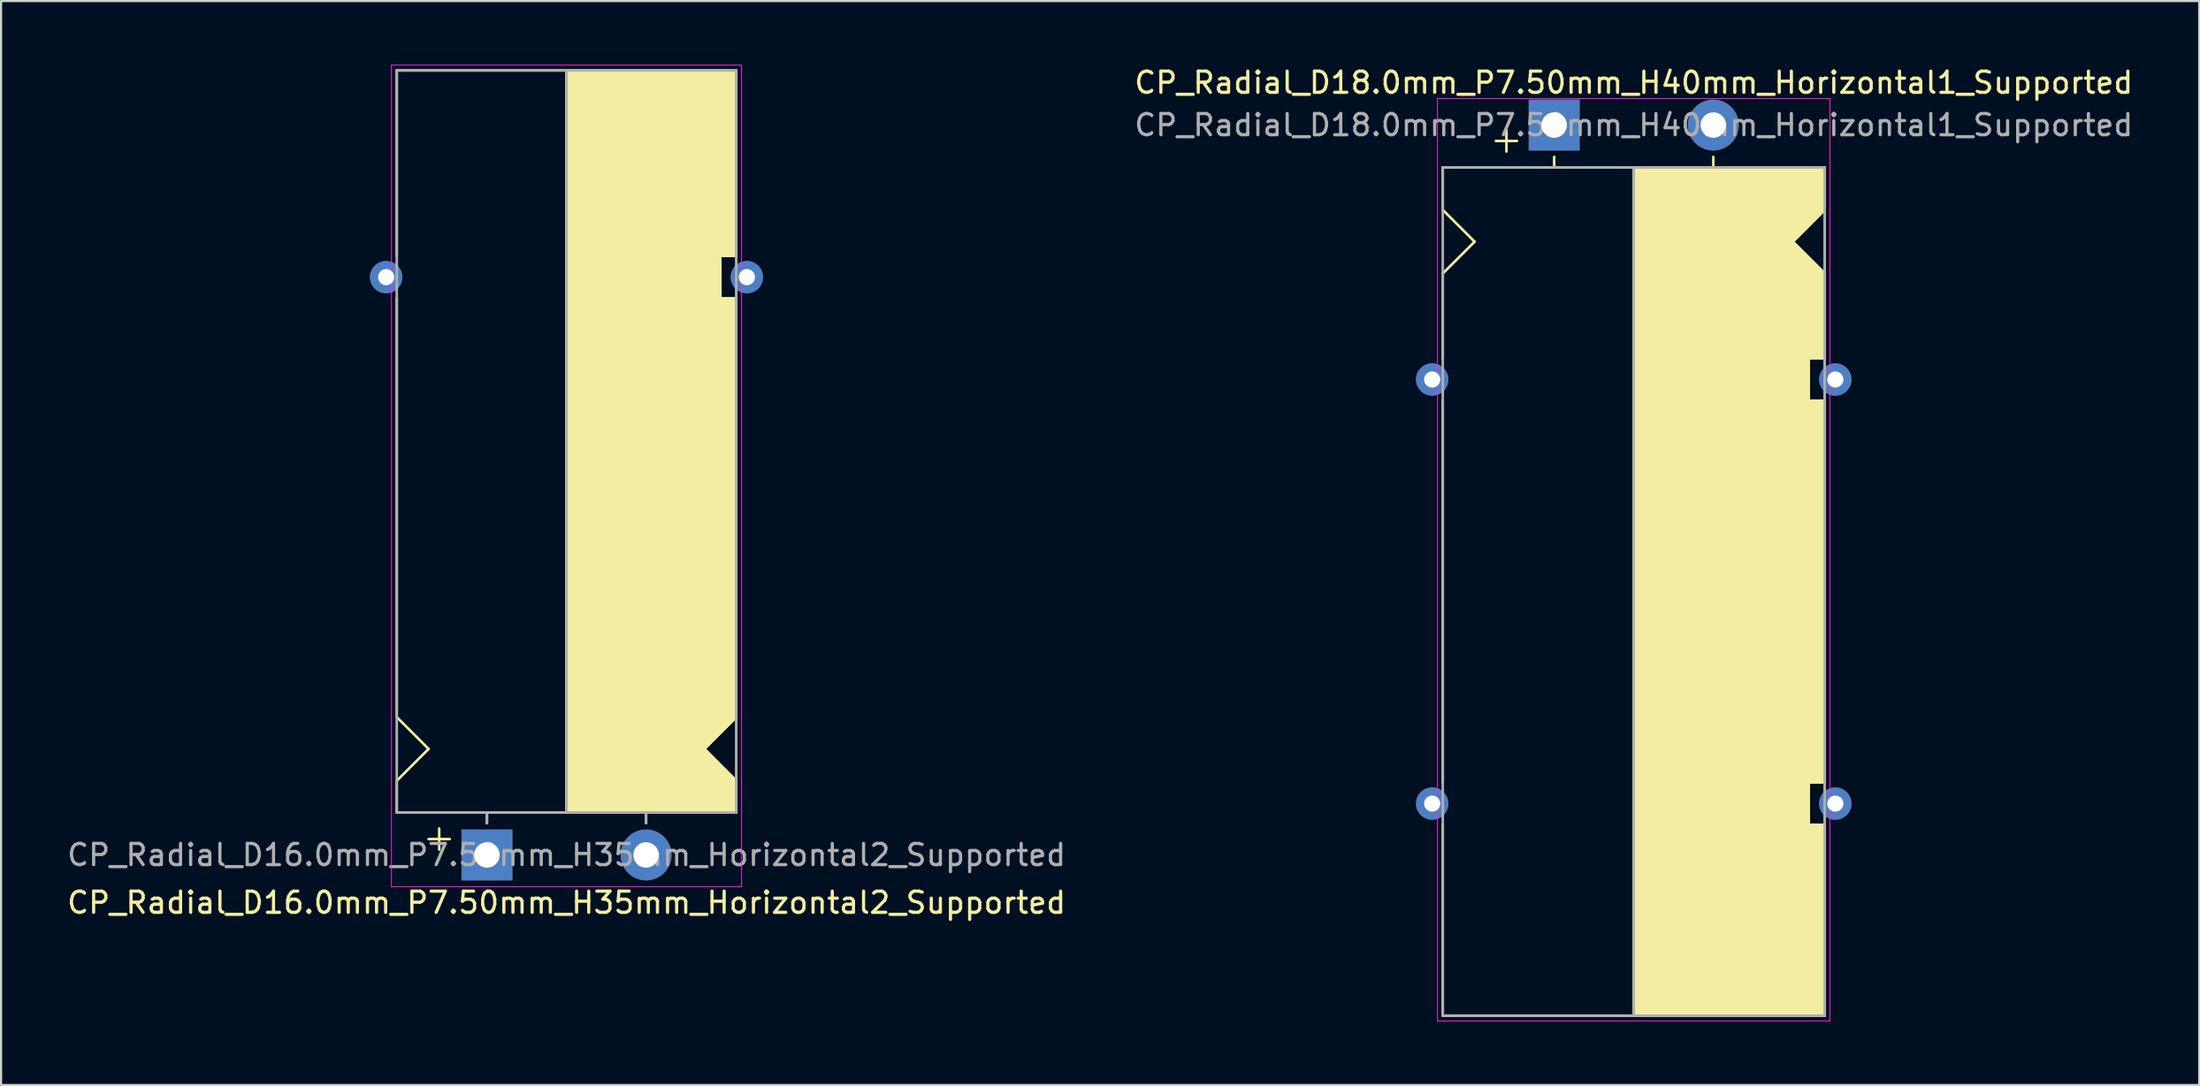
<source format=kicad_pcb>
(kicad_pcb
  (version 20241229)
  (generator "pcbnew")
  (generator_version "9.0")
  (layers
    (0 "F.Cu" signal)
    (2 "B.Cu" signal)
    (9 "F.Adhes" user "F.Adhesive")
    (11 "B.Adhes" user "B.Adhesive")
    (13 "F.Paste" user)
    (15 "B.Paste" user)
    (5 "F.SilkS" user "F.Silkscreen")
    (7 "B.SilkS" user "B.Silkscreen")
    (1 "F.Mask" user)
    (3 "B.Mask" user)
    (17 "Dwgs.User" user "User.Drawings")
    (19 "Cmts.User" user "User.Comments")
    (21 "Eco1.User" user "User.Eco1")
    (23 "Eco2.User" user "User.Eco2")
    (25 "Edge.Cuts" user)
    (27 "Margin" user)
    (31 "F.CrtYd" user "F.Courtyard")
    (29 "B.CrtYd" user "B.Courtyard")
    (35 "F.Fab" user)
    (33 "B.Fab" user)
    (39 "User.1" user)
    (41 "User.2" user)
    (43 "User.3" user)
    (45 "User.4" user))
  (footprint "CP_Radial_D16.0mm_P7.50mm_H35mm_Horizontal2_Supported"
    (layer "F.Cu")
    (at 19.899 37.27)
    (property "Reference" "CP_Radial_D16.0mm_P7.50mm_H35mm_Horizontal2_Supported" (at 3.75 2.25 0) (layer "F.SilkS") (effects (font (size 1 1) (thickness 0.15))))
    (attr through_hole)
    (fp_line (start -4.25 -28.25) (end -4.25 -37) (stroke (width 0.12) (type solid)) (layer "F.SilkS"))
    (fp_line (start -4.25 -7.5) (end -4.25 -26.25) (stroke (width 0.12) (type solid)) (layer "F.SilkS"))
    (fp_line (start -4.25 -6.5) (end -4.25 -7.5) (stroke (width 0.12) (type solid)) (layer "F.SilkS"))
    (fp_line (start -4.25 -3.5) (end -2.75 -5) (stroke (width 0.12) (type solid)) (layer "F.SilkS"))
    (fp_line (start -4.25 -2) (end -4.25 -3.5) (stroke (width 0.12) (type solid)) (layer "F.SilkS"))
    (fp_line (start -2.75 -5) (end -4.25 -6.5) (stroke (width 0.12) (type solid)) (layer "F.SilkS"))
    (fp_line (start -2.25 -1.25) (end -2.25 -0.25) (stroke (width 0.12) (type solid)) (layer "F.SilkS"))
    (fp_line (start -1.75 -0.75) (end -2.75 -0.75) (stroke (width 0.12) (type solid)) (layer "F.SilkS"))
    (fp_line (start 0 -1.5) (end 0 -2) (stroke (width 0.12) (type solid)) (layer "F.SilkS"))
    (fp_line (start 3.75 -2) (end -4.25 -2) (stroke (width 0.12) (type solid)) (layer "F.SilkS"))
    (fp_line (start 3.75 -2) (end 3.75 -37) (stroke (width 0.12) (type solid)) (layer "F.SilkS"))
    (fp_line (start 3.75 -2) (end 11.75 -2) (stroke (width 0.12) (type solid)) (layer "F.SilkS"))
    (fp_line (start 7.5 -1.5) (end 7.5 -2) (stroke (width 0.12) (type solid)) (layer "F.SilkS"))
    (fp_line (start 10.25 -5) (end 11.75 -6.5) (stroke (width 0.12) (type solid)) (layer "F.SilkS"))
    (fp_line (start 11 -28.25) (end 11 -26.25) (stroke (width 0.12) (type solid)) (layer "F.SilkS"))
    (fp_line (start 11 -26.25) (end 11.75 -26.25) (stroke (width 0.12) (type solid)) (layer "F.SilkS"))
    (fp_line (start 11.75 -37) (end -4.25 -37) (stroke (width 0.12) (type solid)) (layer "F.SilkS"))
    (fp_line (start 11.75 -37) (end 11.75 -28.25) (stroke (width 0.12) (type solid)) (layer "F.SilkS"))
    (fp_line (start 11.75 -28.25) (end 11 -28.25) (stroke (width 0.12) (type solid)) (layer "F.SilkS"))
    (fp_line (start 11.75 -26.25) (end 11.75 -6.5) (stroke (width 0.12) (type solid)) (layer "F.SilkS"))
    (fp_line (start 11.75 -3.5) (end 10.25 -5) (stroke (width 0.12) (type solid)) (layer "F.SilkS"))
    (fp_line (start 11.75 -2) (end 11.75 -3.5) (stroke (width 0.12) (type solid)) (layer "F.SilkS"))
    (fp_poly (pts (xy 11.75 -3.5) (xy 10.25 -5) (xy 11.75 -6.5) (xy 11.75 -26.25) (xy 11 -26.25) (xy 11 -28.25) (xy 11.75 -28.25) (xy 11.75 -37) (xy 3.75 -37) (xy 3.75 -2) (xy 11.75 -2)) (stroke (width 0.1) (type solid)) (fill yes) (layer "F.SilkS"))
    (fp_line (start -4.5 -37.25) (end -4.5 1.5) (stroke (width 0.04) (type solid)) (layer "F.CrtYd"))
    (fp_line (start -4.5 1.5) (end 12 1.5) (stroke (width 0.04) (type solid)) (layer "F.CrtYd"))
    (fp_line (start 12 -37.25) (end -4.5 -37.25) (stroke (width 0.04) (type solid)) (layer "F.CrtYd"))
    (fp_line (start 12 1.5) (end 12 -37.25) (stroke (width 0.04) (type solid)) (layer "F.CrtYd"))
    (fp_line (start -4.25 -37) (end 11.75 -37) (stroke (width 0.12) (type solid)) (layer "F.Fab"))
    (fp_line (start -4.25 -2) (end -4.25 -37) (stroke (width 0.12) (type solid)) (layer "F.Fab"))
    (fp_line (start 0 -2) (end -4.25 -2) (stroke (width 0.12) (type solid)) (layer "F.Fab"))
    (fp_line (start 0 -1.5) (end 0 -2) (stroke (width 0.12) (type solid)) (layer "F.Fab"))
    (fp_line (start 3.75 -2) (end 3.75 -37) (stroke (width 0.12) (type solid)) (layer "F.Fab"))
    (fp_line (start 7.5 -1.5) (end 7.5 -2) (stroke (width 0.12) (type solid)) (layer "F.Fab"))
    (fp_line (start 11.75 -37) (end 11.75 -2) (stroke (width 0.12) (type solid)) (layer "F.Fab"))
    (fp_line (start 11.75 -2) (end 0 -2) (stroke (width 0.12) (type solid)) (layer "F.Fab"))
    (fp_poly (pts (xy 11.75 -37) (xy 3.75 -37) (xy 3.75 -2) (xy 11.75 -2)) (stroke (width 0.1) (type solid)) (fill no) (layer "F.Fab"))
    (fp_text user "${REFERENCE}" (at 3.75 0 0) (layer "F.Fab") (effects (font (size 1 1) (thickness 0.15))))
    (pad "1" thru_hole rect (at 0 0) (size 2.4 2.4) (drill 1.2) (layers "*.Cu" "*.Mask"))
    (pad "2" thru_hole circle (at 7.5 0) (size 2.4 2.4) (drill 1.2) (layers "*.Cu" "*.Mask"))
    (pad "~" thru_hole circle (at -4.75 -27.25 180) (size 1.524 1.524) (drill 0.762) (layers "*.Cu" "*.Mask"))
    (pad "~" thru_hole circle (at 12.25 -27.25 180) (size 1.524 1.524) (drill 0.762) (layers "*.Cu" "*.Mask")))
  (footprint "CP_Radial_D18.0mm_P7.50mm_H40mm_Horizontal1_Supported"
    (layer "F.Cu")
    (at 70.196 2.848)
    (property "Reference" "CP_Radial_D18.0mm_P7.50mm_H40mm_Horizontal1_Supported" (at 3.75 -2 0) (layer "F.SilkS") (effects (font (size 1 1) (thickness 0.15))))
    (attr through_hole)
    (fp_line (start -5.25 2) (end -5.25 4) (stroke (width 0.12) (type solid)) (layer "F.SilkS"))
    (fp_line (start -5.25 2) (end 12.75 2) (stroke (width 0.12) (type solid)) (layer "F.SilkS"))
    (fp_line (start -5.25 4) (end -3.75 5.5) (stroke (width 0.12) (type solid)) (layer "F.SilkS"))
    (fp_line (start -5.25 7) (end -3.75 5.5) (stroke (width 0.12) (type solid)) (layer "F.SilkS"))
    (fp_line (start -5.25 11) (end -5.25 7) (stroke (width 0.12) (type solid)) (layer "F.SilkS"))
    (fp_line (start -5.25 13) (end -5.25 31) (stroke (width 0.12) (type solid)) (layer "F.SilkS"))
    (fp_line (start -5.25 33) (end -5.25 42) (stroke (width 0.12) (type solid)) (layer "F.SilkS"))
    (fp_line (start -5.25 42) (end 12.75 42) (stroke (width 0.12) (type solid)) (layer "F.SilkS"))
    (fp_line (start -2.25 0.25) (end -2.25 1.25) (stroke (width 0.12) (type solid)) (layer "F.SilkS"))
    (fp_line (start -1.75 0.75) (end -2.75 0.75) (stroke (width 0.12) (type solid)) (layer "F.SilkS"))
    (fp_line (start 0 1.5) (end 0 2) (stroke (width 0.12) (type solid)) (layer "F.SilkS"))
    (fp_line (start 3.75 2) (end 3.75 42) (stroke (width 0.12) (type solid)) (layer "F.SilkS"))
    (fp_line (start 7.5 1.5) (end 7.5 2) (stroke (width 0.12) (type solid)) (layer "F.SilkS"))
    (fp_line (start 12 11) (end 12 13) (stroke (width 0.12) (type solid)) (layer "F.SilkS"))
    (fp_line (start 12 13) (end 12.75 13) (stroke (width 0.12) (type solid)) (layer "F.SilkS"))
    (fp_line (start 12 31) (end 12 33) (stroke (width 0.12) (type solid)) (layer "F.SilkS"))
    (fp_line (start 12 33) (end 12.75 33) (stroke (width 0.12) (type solid)) (layer "F.SilkS"))
    (fp_line (start 12.25 11) (end 12 11) (stroke (width 0.12) (type solid)) (layer "F.SilkS"))
    (fp_line (start 12.75 2) (end 12.75 4) (stroke (width 0.12) (type solid)) (layer "F.SilkS"))
    (fp_line (start 12.75 4) (end 11.25 5.5) (stroke (width 0.12) (type solid)) (layer "F.SilkS"))
    (fp_line (start 12.75 7) (end 11.25 5.5) (stroke (width 0.12) (type solid)) (layer "F.SilkS"))
    (fp_line (start 12.75 11) (end 12.25 11) (stroke (width 0.12) (type solid)) (layer "F.SilkS"))
    (fp_line (start 12.75 11) (end 12.75 7) (stroke (width 0.12) (type solid)) (layer "F.SilkS"))
    (fp_line (start 12.75 13) (end 12.75 31) (stroke (width 0.12) (type solid)) (layer "F.SilkS"))
    (fp_line (start 12.75 31) (end 12 31) (stroke (width 0.12) (type solid)) (layer "F.SilkS"))
    (fp_line (start 12.75 33) (end 12.75 42) (stroke (width 0.12) (type solid)) (layer "F.SilkS"))
    (fp_poly (pts (xy 12.75 4) (xy 11.25 5.5) (xy 12.75 7) (xy 12.75 11) (xy 12 11) (xy 12 13) (xy 12.75 13) (xy 12.75 31) (xy 12 31) (xy 12 33) (xy 12.75 33) (xy 12.75 42) (xy 3.75 42) (xy 3.75 2) (xy 12.75 2)) (stroke (width 0.1) (type solid)) (fill yes) (layer "F.SilkS"))
    (fp_line (start -5.5 -1.25) (end -5.5 42.25) (stroke (width 0.04) (type solid)) (layer "F.CrtYd"))
    (fp_line (start -5.5 42.25) (end 13 42.25) (stroke (width 0.04) (type solid)) (layer "F.CrtYd"))
    (fp_line (start 13 -1.25) (end -5.5 -1.25) (stroke (width 0.04) (type solid)) (layer "F.CrtYd"))
    (fp_line (start 13 42.25) (end 13 -1.25) (stroke (width 0.04) (type solid)) (layer "F.CrtYd"))
    (fp_line (start -5.25 2) (end -5.25 42) (stroke (width 0.12) (type solid)) (layer "F.Fab"))
    (fp_line (start -5.25 42) (end 12.75 42) (stroke (width 0.12) (type solid)) (layer "F.Fab"))
    (fp_line (start 3.75 2) (end 3.75 42) (stroke (width 0.12) (type solid)) (layer "F.Fab"))
    (fp_line (start 12.75 2) (end -5.25 2) (stroke (width 0.12) (type solid)) (layer "F.Fab"))
    (fp_line (start 12.75 42) (end 12.75 2) (stroke (width 0.12) (type solid)) (layer "F.Fab"))
    (fp_poly (pts (xy 12.75 42) (xy 3.75 42) (xy 3.75 2) (xy 12.75 2)) (stroke (width 0.1) (type solid)) (fill no) (layer "F.Fab"))
    (fp_text user "${REFERENCE}" (at 3.75 0 0) (layer "F.Fab") (effects (font (size 1 1) (thickness 0.15))))
    (pad "1" thru_hole rect (at 0 0) (size 2.4 2.4) (drill 1.2) (layers "*.Cu" "*.Mask"))
    (pad "2" thru_hole circle (at 7.5 0) (size 2.4 2.4) (drill 1.2) (layers "*.Cu" "*.Mask"))
    (pad "~" thru_hole circle (at -5.75 12) (size 1.524 1.524) (drill 0.762) (layers "*.Cu" "*.Mask"))
    (pad "~" thru_hole circle (at -5.75 32) (size 1.524 1.524) (drill 0.762) (layers "*.Cu" "*.Mask"))
    (pad "~" thru_hole circle (at 13.25 12) (size 1.524 1.524) (drill 0.762) (layers "*.Cu" "*.Mask"))
    (pad "~" thru_hole circle (at 13.25 32) (size 1.524 1.524) (drill 0.762) (layers "*.Cu" "*.Mask")))
  (gr_rect
    (start -3 -3)
    (end 100.595 48.118)
    (stroke (width 0.1) (type default))
    (fill no)
    (layer "Edge.Cuts")))
</source>
